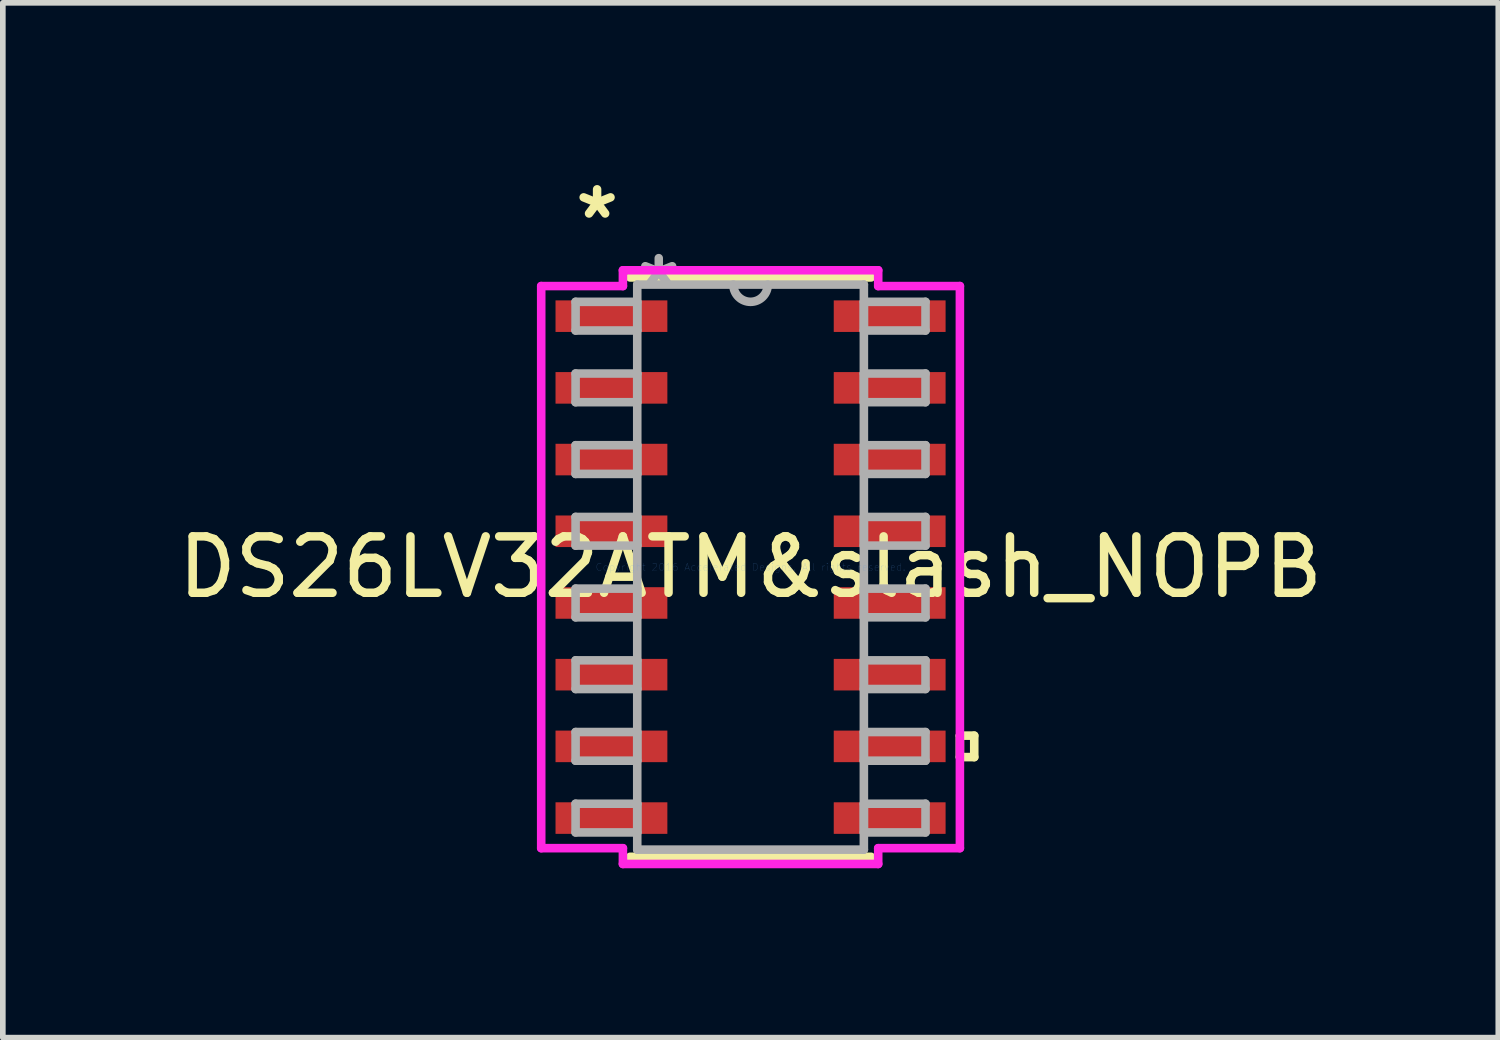
<source format=kicad_pcb>
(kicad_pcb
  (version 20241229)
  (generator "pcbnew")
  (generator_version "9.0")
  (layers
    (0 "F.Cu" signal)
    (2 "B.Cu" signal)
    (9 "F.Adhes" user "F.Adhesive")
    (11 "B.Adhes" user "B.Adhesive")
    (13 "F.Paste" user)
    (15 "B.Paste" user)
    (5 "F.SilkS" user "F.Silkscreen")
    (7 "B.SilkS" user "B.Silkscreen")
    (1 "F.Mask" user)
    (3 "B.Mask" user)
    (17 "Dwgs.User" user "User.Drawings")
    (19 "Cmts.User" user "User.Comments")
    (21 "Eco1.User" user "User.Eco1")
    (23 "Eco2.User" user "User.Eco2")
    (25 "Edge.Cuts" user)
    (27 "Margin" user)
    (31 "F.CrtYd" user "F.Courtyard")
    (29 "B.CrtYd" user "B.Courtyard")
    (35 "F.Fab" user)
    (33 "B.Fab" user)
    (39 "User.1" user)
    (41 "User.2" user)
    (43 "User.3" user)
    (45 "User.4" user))
  (footprint "DS26LV32ATM&slash_NOPB"
    (layer "F.Cu")
    (at 10.244 6.995)
    (property "Reference" "DS26LV32ATM&slash_NOPB" (at 0 0 0) (layer "F.SilkS") (effects (font (size 1 1) (thickness 0.15))))
    (attr through_hole)
    (fp_line (start -2.134 5.131) (end 2.134 5.131) (stroke (width 0.152) (type solid)) (layer "F.SilkS"))
    (fp_line (start 2.134 -5.131) (end -2.134 -5.131) (stroke (width 0.152) (type solid)) (layer "F.SilkS"))
    (fp_line (start 3.708 2.985) (end 3.962 2.985) (stroke (width 0.152) (type solid)) (layer "F.SilkS"))
    (fp_line (start 3.708 3.365) (end 3.708 2.985) (stroke (width 0.152) (type solid)) (layer "F.SilkS"))
    (fp_line (start 3.962 2.985) (end 3.962 3.365) (stroke (width 0.152) (type solid)) (layer "F.SilkS"))
    (fp_line (start 3.962 3.365) (end 3.708 3.365) (stroke (width 0.152) (type solid)) (layer "F.SilkS"))
    (fp_line (start -3.708 -4.978) (end -2.261 -4.978) (stroke (width 0.152) (type solid)) (layer "F.CrtYd"))
    (fp_line (start -3.708 4.978) (end -3.708 -4.978) (stroke (width 0.152) (type solid)) (layer "F.CrtYd"))
    (fp_line (start -2.261 -5.258) (end 2.261 -5.258) (stroke (width 0.152) (type solid)) (layer "F.CrtYd"))
    (fp_line (start -2.261 -4.978) (end -2.261 -5.258) (stroke (width 0.152) (type solid)) (layer "F.CrtYd"))
    (fp_line (start -2.261 4.978) (end -3.708 4.978) (stroke (width 0.152) (type solid)) (layer "F.CrtYd"))
    (fp_line (start -2.261 5.258) (end -2.261 4.978) (stroke (width 0.152) (type solid)) (layer "F.CrtYd"))
    (fp_line (start 2.261 -5.258) (end 2.261 -4.978) (stroke (width 0.152) (type solid)) (layer "F.CrtYd"))
    (fp_line (start 2.261 -4.978) (end 3.708 -4.978) (stroke (width 0.152) (type solid)) (layer "F.CrtYd"))
    (fp_line (start 2.261 4.978) (end 2.261 5.258) (stroke (width 0.152) (type solid)) (layer "F.CrtYd"))
    (fp_line (start 2.261 5.258) (end -2.261 5.258) (stroke (width 0.152) (type solid)) (layer "F.CrtYd"))
    (fp_line (start 3.708 -4.978) (end 3.708 4.978) (stroke (width 0.152) (type solid)) (layer "F.CrtYd"))
    (fp_line (start 3.708 4.978) (end 2.261 4.978) (stroke (width 0.152) (type solid)) (layer "F.CrtYd"))
    (fp_line (start -3.099 -4.699) (end -3.099 -4.191) (stroke (width 0.152) (type solid)) (layer "F.Fab"))
    (fp_line (start -3.099 -4.191) (end -2.007 -4.191) (stroke (width 0.152) (type solid)) (layer "F.Fab"))
    (fp_line (start -3.099 -3.429) (end -3.099 -2.921) (stroke (width 0.152) (type solid)) (layer "F.Fab"))
    (fp_line (start -3.099 -2.921) (end -2.007 -2.921) (stroke (width 0.152) (type solid)) (layer "F.Fab"))
    (fp_line (start -3.099 -2.159) (end -3.099 -1.651) (stroke (width 0.152) (type solid)) (layer "F.Fab"))
    (fp_line (start -3.099 -1.651) (end -2.007 -1.651) (stroke (width 0.152) (type solid)) (layer "F.Fab"))
    (fp_line (start -3.099 -0.889) (end -3.099 -0.381) (stroke (width 0.152) (type solid)) (layer "F.Fab"))
    (fp_line (start -3.099 -0.381) (end -2.007 -0.381) (stroke (width 0.152) (type solid)) (layer "F.Fab"))
    (fp_line (start -3.099 0.381) (end -3.099 0.889) (stroke (width 0.152) (type solid)) (layer "F.Fab"))
    (fp_line (start -3.099 0.889) (end -2.007 0.889) (stroke (width 0.152) (type solid)) (layer "F.Fab"))
    (fp_line (start -3.099 1.651) (end -3.099 2.159) (stroke (width 0.152) (type solid)) (layer "F.Fab"))
    (fp_line (start -3.099 2.159) (end -2.007 2.159) (stroke (width 0.152) (type solid)) (layer "F.Fab"))
    (fp_line (start -3.099 2.921) (end -3.099 3.429) (stroke (width 0.152) (type solid)) (layer "F.Fab"))
    (fp_line (start -3.099 3.429) (end -2.007 3.429) (stroke (width 0.152) (type solid)) (layer "F.Fab"))
    (fp_line (start -3.099 4.191) (end -3.099 4.699) (stroke (width 0.152) (type solid)) (layer "F.Fab"))
    (fp_line (start -3.099 4.699) (end -2.007 4.699) (stroke (width 0.152) (type solid)) (layer "F.Fab"))
    (fp_line (start -2.007 -5.004) (end -2.007 5.004) (stroke (width 0.152) (type solid)) (layer "F.Fab"))
    (fp_line (start -2.007 -4.699) (end -3.099 -4.699) (stroke (width 0.152) (type solid)) (layer "F.Fab"))
    (fp_line (start -2.007 -4.191) (end -2.007 -4.699) (stroke (width 0.152) (type solid)) (layer "F.Fab"))
    (fp_line (start -2.007 -3.429) (end -3.099 -3.429) (stroke (width 0.152) (type solid)) (layer "F.Fab"))
    (fp_line (start -2.007 -2.921) (end -2.007 -3.429) (stroke (width 0.152) (type solid)) (layer "F.Fab"))
    (fp_line (start -2.007 -2.159) (end -3.099 -2.159) (stroke (width 0.152) (type solid)) (layer "F.Fab"))
    (fp_line (start -2.007 -1.651) (end -2.007 -2.159) (stroke (width 0.152) (type solid)) (layer "F.Fab"))
    (fp_line (start -2.007 -0.889) (end -3.099 -0.889) (stroke (width 0.152) (type solid)) (layer "F.Fab"))
    (fp_line (start -2.007 -0.381) (end -2.007 -0.889) (stroke (width 0.152) (type solid)) (layer "F.Fab"))
    (fp_line (start -2.007 0.381) (end -3.099 0.381) (stroke (width 0.152) (type solid)) (layer "F.Fab"))
    (fp_line (start -2.007 0.889) (end -2.007 0.381) (stroke (width 0.152) (type solid)) (layer "F.Fab"))
    (fp_line (start -2.007 1.651) (end -3.099 1.651) (stroke (width 0.152) (type solid)) (layer "F.Fab"))
    (fp_line (start -2.007 2.159) (end -2.007 1.651) (stroke (width 0.152) (type solid)) (layer "F.Fab"))
    (fp_line (start -2.007 2.921) (end -3.099 2.921) (stroke (width 0.152) (type solid)) (layer "F.Fab"))
    (fp_line (start -2.007 3.429) (end -2.007 2.921) (stroke (width 0.152) (type solid)) (layer "F.Fab"))
    (fp_line (start -2.007 4.191) (end -3.099 4.191) (stroke (width 0.152) (type solid)) (layer "F.Fab"))
    (fp_line (start -2.007 4.699) (end -2.007 4.191) (stroke (width 0.152) (type solid)) (layer "F.Fab"))
    (fp_line (start -2.007 5.004) (end 2.007 5.004) (stroke (width 0.152) (type solid)) (layer "F.Fab"))
    (fp_line (start 2.007 -5.004) (end -2.007 -5.004) (stroke (width 0.152) (type solid)) (layer "F.Fab"))
    (fp_line (start 2.007 -4.699) (end 2.007 -4.191) (stroke (width 0.152) (type solid)) (layer "F.Fab"))
    (fp_line (start 2.007 -4.191) (end 3.099 -4.191) (stroke (width 0.152) (type solid)) (layer "F.Fab"))
    (fp_line (start 2.007 -3.429) (end 2.007 -2.921) (stroke (width 0.152) (type solid)) (layer "F.Fab"))
    (fp_line (start 2.007 -2.921) (end 3.099 -2.921) (stroke (width 0.152) (type solid)) (layer "F.Fab"))
    (fp_line (start 2.007 -2.159) (end 2.007 -1.651) (stroke (width 0.152) (type solid)) (layer "F.Fab"))
    (fp_line (start 2.007 -1.651) (end 3.099 -1.651) (stroke (width 0.152) (type solid)) (layer "F.Fab"))
    (fp_line (start 2.007 -0.889) (end 2.007 -0.381) (stroke (width 0.152) (type solid)) (layer "F.Fab"))
    (fp_line (start 2.007 -0.381) (end 3.099 -0.381) (stroke (width 0.152) (type solid)) (layer "F.Fab"))
    (fp_line (start 2.007 0.381) (end 2.007 0.889) (stroke (width 0.152) (type solid)) (layer "F.Fab"))
    (fp_line (start 2.007 0.889) (end 3.099 0.889) (stroke (width 0.152) (type solid)) (layer "F.Fab"))
    (fp_line (start 2.007 1.651) (end 2.007 2.159) (stroke (width 0.152) (type solid)) (layer "F.Fab"))
    (fp_line (start 2.007 2.159) (end 3.099 2.159) (stroke (width 0.152) (type solid)) (layer "F.Fab"))
    (fp_line (start 2.007 2.921) (end 2.007 3.429) (stroke (width 0.152) (type solid)) (layer "F.Fab"))
    (fp_line (start 2.007 3.429) (end 3.099 3.429) (stroke (width 0.152) (type solid)) (layer "F.Fab"))
    (fp_line (start 2.007 4.191) (end 2.007 4.699) (stroke (width 0.152) (type solid)) (layer "F.Fab"))
    (fp_line (start 2.007 4.699) (end 3.099 4.699) (stroke (width 0.152) (type solid)) (layer "F.Fab"))
    (fp_line (start 2.007 5.004) (end 2.007 -5.004) (stroke (width 0.152) (type solid)) (layer "F.Fab"))
    (fp_line (start 3.099 -4.699) (end 2.007 -4.699) (stroke (width 0.152) (type solid)) (layer "F.Fab"))
    (fp_line (start 3.099 -4.191) (end 3.099 -4.699) (stroke (width 0.152) (type solid)) (layer "F.Fab"))
    (fp_line (start 3.099 -3.429) (end 2.007 -3.429) (stroke (width 0.152) (type solid)) (layer "F.Fab"))
    (fp_line (start 3.099 -2.921) (end 3.099 -3.429) (stroke (width 0.152) (type solid)) (layer "F.Fab"))
    (fp_line (start 3.099 -2.159) (end 2.007 -2.159) (stroke (width 0.152) (type solid)) (layer "F.Fab"))
    (fp_line (start 3.099 -1.651) (end 3.099 -2.159) (stroke (width 0.152) (type solid)) (layer "F.Fab"))
    (fp_line (start 3.099 -0.889) (end 2.007 -0.889) (stroke (width 0.152) (type solid)) (layer "F.Fab"))
    (fp_line (start 3.099 -0.381) (end 3.099 -0.889) (stroke (width 0.152) (type solid)) (layer "F.Fab"))
    (fp_line (start 3.099 0.381) (end 2.007 0.381) (stroke (width 0.152) (type solid)) (layer "F.Fab"))
    (fp_line (start 3.099 0.889) (end 3.099 0.381) (stroke (width 0.152) (type solid)) (layer "F.Fab"))
    (fp_line (start 3.099 1.651) (end 2.007 1.651) (stroke (width 0.152) (type solid)) (layer "F.Fab"))
    (fp_line (start 3.099 2.159) (end 3.099 1.651) (stroke (width 0.152) (type solid)) (layer "F.Fab"))
    (fp_line (start 3.099 2.921) (end 2.007 2.921) (stroke (width 0.152) (type solid)) (layer "F.Fab"))
    (fp_line (start 3.099 3.429) (end 3.099 2.921) (stroke (width 0.152) (type solid)) (layer "F.Fab"))
    (fp_line (start 3.099 4.191) (end 2.007 4.191) (stroke (width 0.152) (type solid)) (layer "F.Fab"))
    (fp_line (start 3.099 4.699) (end 3.099 4.191) (stroke (width 0.152) (type solid)) (layer "F.Fab"))
    (fp_arc (start 0.3048 -5.0038) (mid 0 -4.699) (end -0.3048 -5.0038) (stroke (width 0.1524) (type solid)) (layer "F.Fab"))
    (fp_text user "*" (at -2.718 -6.147 0) (layer "F.SilkS") (effects (font (size 1 1) (thickness 0.15))))
    (fp_text user "Copyright 2016 Accelerated Designs. All rights reserved." (at 0 0 0) (layer "Cmts.User") (effects (font (size 0.127 0.127) (thickness 0.002))))
    (fp_text user "*" (at -1.626 -4.928 0) (layer "F.Fab") (effects (font (size 1 1) (thickness 0.15))))
    (pad "1" smd rect (at -2.464 -4.445) (size 1.981 0.559) (layers "F.Cu" "F.Mask" "F.Paste"))
    (pad "2" smd rect (at -2.464 -3.175) (size 1.981 0.559) (layers "F.Cu" "F.Mask" "F.Paste"))
    (pad "3" smd rect (at -2.464 -1.905) (size 1.981 0.559) (layers "F.Cu" "F.Mask" "F.Paste"))
    (pad "4" smd rect (at -2.464 -0.635) (size 1.981 0.559) (layers "F.Cu" "F.Mask" "F.Paste"))
    (pad "5" smd rect (at -2.464 0.635) (size 1.981 0.559) (layers "F.Cu" "F.Mask" "F.Paste"))
    (pad "6" smd rect (at -2.464 1.905) (size 1.981 0.559) (layers "F.Cu" "F.Mask" "F.Paste"))
    (pad "7" smd rect (at -2.464 3.175) (size 1.981 0.559) (layers "F.Cu" "F.Mask" "F.Paste"))
    (pad "8" smd rect (at -2.464 4.445) (size 1.981 0.559) (layers "F.Cu" "F.Mask" "F.Paste"))
    (pad "9" smd rect (at 2.464 4.445) (size 1.981 0.559) (layers "F.Cu" "F.Mask" "F.Paste"))
    (pad "10" smd rect (at 2.464 3.175) (size 1.981 0.559) (layers "F.Cu" "F.Mask" "F.Paste"))
    (pad "11" smd rect (at 2.464 1.905) (size 1.981 0.559) (layers "F.Cu" "F.Mask" "F.Paste"))
    (pad "12" smd rect (at 2.464 0.635) (size 1.981 0.559) (layers "F.Cu" "F.Mask" "F.Paste"))
    (pad "13" smd rect (at 2.464 -0.635) (size 1.981 0.559) (layers "F.Cu" "F.Mask" "F.Paste"))
    (pad "14" smd rect (at 2.464 -1.905) (size 1.981 0.559) (layers "F.Cu" "F.Mask" "F.Paste"))
    (pad "15" smd rect (at 2.464 -3.175) (size 1.981 0.559) (layers "F.Cu" "F.Mask" "F.Paste"))
    (pad "16" smd rect (at 2.464 -4.445) (size 1.981 0.559) (layers "F.Cu" "F.Mask" "F.Paste")))
  (gr_rect
    (start -3 -3)
    (end 23.488 15.329)
    (stroke (width 0.1) (type default))
    (fill no)
    (layer "Edge.Cuts")))
</source>
